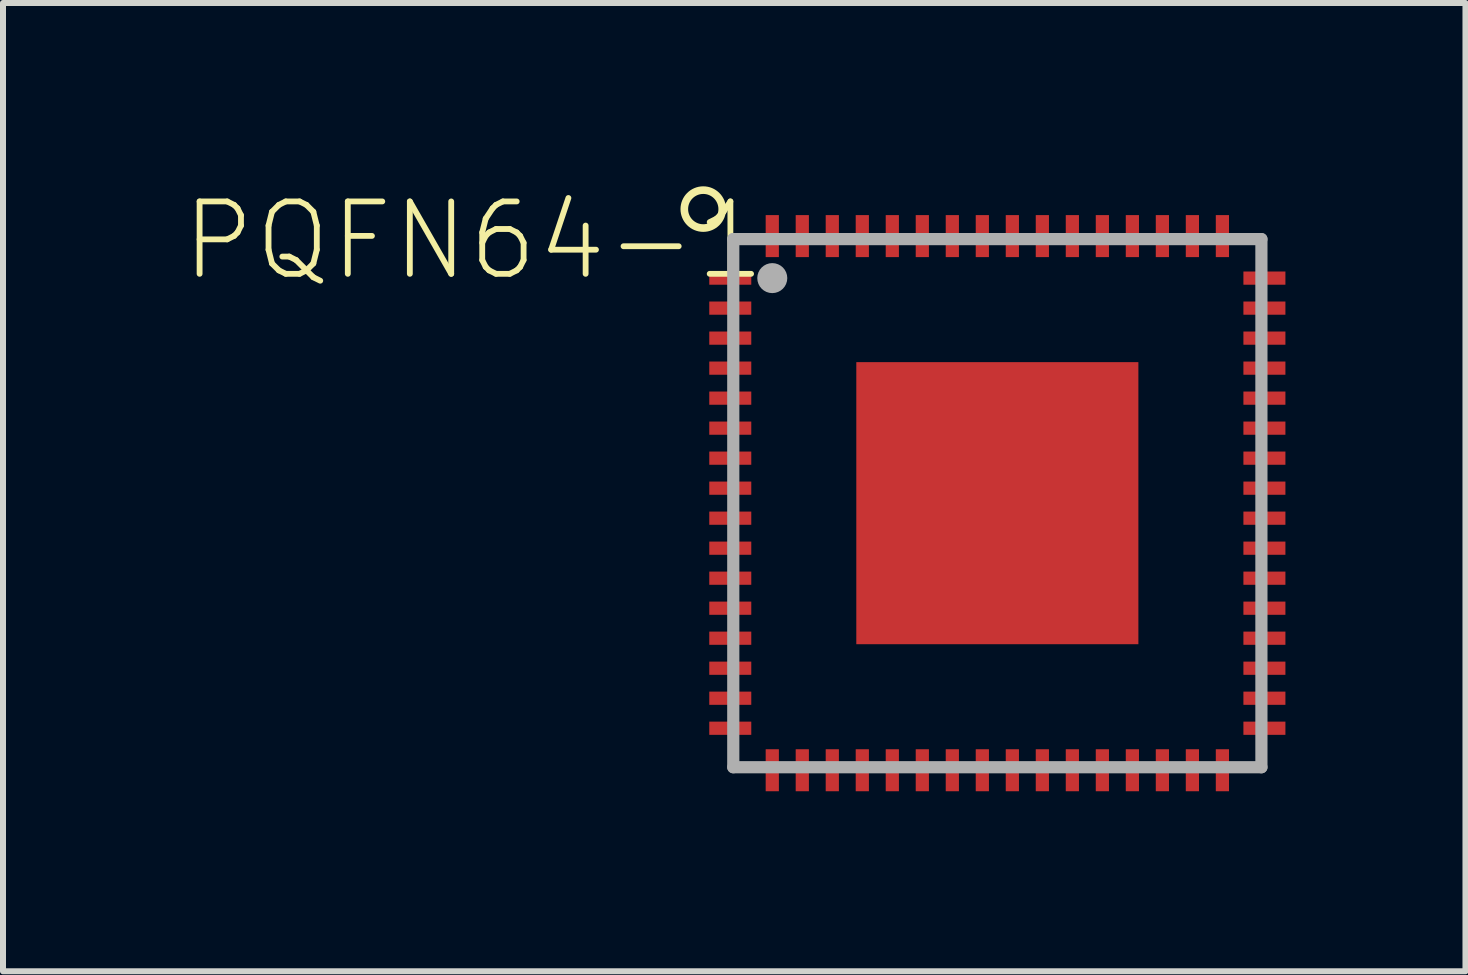
<source format=kicad_pcb>
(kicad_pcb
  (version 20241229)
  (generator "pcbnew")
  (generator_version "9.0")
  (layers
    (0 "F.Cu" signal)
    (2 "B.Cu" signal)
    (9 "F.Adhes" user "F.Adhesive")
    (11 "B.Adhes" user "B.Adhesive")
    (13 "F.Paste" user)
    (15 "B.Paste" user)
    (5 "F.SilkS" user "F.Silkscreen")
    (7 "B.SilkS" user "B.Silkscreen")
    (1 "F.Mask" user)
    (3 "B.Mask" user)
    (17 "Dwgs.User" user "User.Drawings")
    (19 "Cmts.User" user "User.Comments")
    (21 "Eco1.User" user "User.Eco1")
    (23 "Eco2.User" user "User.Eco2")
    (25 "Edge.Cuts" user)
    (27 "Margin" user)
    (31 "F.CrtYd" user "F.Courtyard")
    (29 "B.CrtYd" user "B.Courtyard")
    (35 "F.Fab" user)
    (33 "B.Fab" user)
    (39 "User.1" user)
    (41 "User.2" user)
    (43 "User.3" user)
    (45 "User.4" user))
  (footprint "PQFN64-1"
    (layer "F.Cu")
    (at 13.568 5.334)
    (property "Reference" "PQFN64-1" (at -3.81 -5.08 180) (layer "F.SilkS") (effects (font (size 1.206 1.206) (thickness 0.097)) (justify right top)))
    (attr through_hole)
    (fp_circle (center -4.9 -4.9) (end -4.584 -4.9) (stroke (width 0.127) (type solid)) (fill no) (layer "F.SilkS"))
    (fp_poly (pts (xy -1.905 -0.381) (xy -0.381 -0.381) (xy -0.381 -1.905) (xy -1.905 -1.905)) (stroke (width 0) (type solid)) (fill yes) (layer "F.Paste"))
    (fp_poly (pts (xy -1.905 1.905) (xy -0.381 1.905) (xy -0.381 0.381) (xy -1.905 0.381)) (stroke (width 0) (type solid)) (fill yes) (layer "F.Paste"))
    (fp_poly (pts (xy 0.381 -0.381) (xy 1.905 -0.381) (xy 1.905 -1.905) (xy 0.381 -1.905)) (stroke (width 0) (type solid)) (fill yes) (layer "F.Paste"))
    (fp_poly (pts (xy 0.381 1.905) (xy 1.905 1.905) (xy 1.905 0.381) (xy 0.381 0.381)) (stroke (width 0) (type solid)) (fill yes) (layer "F.Paste"))
    (fp_line (start -4.4 -4.4) (end -4.4 4.4) (stroke (width 0.203) (type solid)) (layer "F.Fab"))
    (fp_line (start -4.4 4.4) (end 4.4 4.4) (stroke (width 0.203) (type solid)) (layer "F.Fab"))
    (fp_line (start 4.4 -4.4) (end -4.4 -4.4) (stroke (width 0.203) (type solid)) (layer "F.Fab"))
    (fp_line (start 4.4 4.4) (end 4.4 -4.4) (stroke (width 0.203) (type solid)) (layer "F.Fab"))
    (fp_circle (center -3.75 -3.75) (end -3.625 -3.75) (stroke (width 0.25) (type solid)) (fill no) (layer "F.Fab"))
    (pad "1" smd rect (at -4.45 -3.75) (size 0.7 0.22) (layers "F.Cu" "F.Mask" "F.Paste"))
    (pad "2" smd rect (at -4.45 -3.25) (size 0.7 0.22) (layers "F.Cu" "F.Mask" "F.Paste"))
    (pad "3" smd rect (at -4.45 -2.75) (size 0.7 0.22) (layers "F.Cu" "F.Mask" "F.Paste"))
    (pad "4" smd rect (at -4.45 -2.25) (size 0.7 0.22) (layers "F.Cu" "F.Mask" "F.Paste"))
    (pad "5" smd rect (at -4.45 -1.75) (size 0.7 0.22) (layers "F.Cu" "F.Mask" "F.Paste"))
    (pad "6" smd rect (at -4.45 -1.25) (size 0.7 0.22) (layers "F.Cu" "F.Mask" "F.Paste"))
    (pad "7" smd rect (at -4.45 -0.75) (size 0.7 0.22) (layers "F.Cu" "F.Mask" "F.Paste"))
    (pad "8" smd rect (at -4.45 -0.25) (size 0.7 0.22) (layers "F.Cu" "F.Mask" "F.Paste"))
    (pad "9" smd rect (at -4.45 0.25) (size 0.7 0.22) (layers "F.Cu" "F.Mask" "F.Paste"))
    (pad "10" smd rect (at -4.45 0.75) (size 0.7 0.22) (layers "F.Cu" "F.Mask" "F.Paste"))
    (pad "11" smd rect (at -4.45 1.25) (size 0.7 0.22) (layers "F.Cu" "F.Mask" "F.Paste"))
    (pad "12" smd rect (at -4.45 1.75) (size 0.7 0.22) (layers "F.Cu" "F.Mask" "F.Paste"))
    (pad "13" smd rect (at -4.45 2.25) (size 0.7 0.22) (layers "F.Cu" "F.Mask" "F.Paste"))
    (pad "14" smd rect (at -4.45 2.75) (size 0.7 0.22) (layers "F.Cu" "F.Mask" "F.Paste"))
    (pad "15" smd rect (at -4.45 3.25) (size 0.7 0.22) (layers "F.Cu" "F.Mask" "F.Paste"))
    (pad "16" smd rect (at -4.45 3.75) (size 0.7 0.22) (layers "F.Cu" "F.Mask" "F.Paste"))
    (pad "17" smd rect (at -3.75 4.45 90) (size 0.7 0.22) (layers "F.Cu" "F.Mask" "F.Paste"))
    (pad "18" smd rect (at -3.25 4.45 90) (size 0.7 0.22) (layers "F.Cu" "F.Mask" "F.Paste"))
    (pad "19" smd rect (at -2.75 4.45 90) (size 0.7 0.22) (layers "F.Cu" "F.Mask" "F.Paste"))
    (pad "20" smd rect (at -2.25 4.45 90) (size 0.7 0.22) (layers "F.Cu" "F.Mask" "F.Paste"))
    (pad "21" smd rect (at -1.75 4.45 90) (size 0.7 0.22) (layers "F.Cu" "F.Mask" "F.Paste"))
    (pad "22" smd rect (at -1.25 4.45 90) (size 0.7 0.22) (layers "F.Cu" "F.Mask" "F.Paste"))
    (pad "23" smd rect (at -0.75 4.45 90) (size 0.7 0.22) (layers "F.Cu" "F.Mask" "F.Paste"))
    (pad "24" smd rect (at -0.25 4.45 90) (size 0.7 0.22) (layers "F.Cu" "F.Mask" "F.Paste"))
    (pad "25" smd rect (at 0.25 4.45 90) (size 0.7 0.22) (layers "F.Cu" "F.Mask" "F.Paste"))
    (pad "26" smd rect (at 0.75 4.45 90) (size 0.7 0.22) (layers "F.Cu" "F.Mask" "F.Paste"))
    (pad "27" smd rect (at 1.25 4.45 90) (size 0.7 0.22) (layers "F.Cu" "F.Mask" "F.Paste"))
    (pad "28" smd rect (at 1.75 4.45 90) (size 0.7 0.22) (layers "F.Cu" "F.Mask" "F.Paste"))
    (pad "29" smd rect (at 2.25 4.45 90) (size 0.7 0.22) (layers "F.Cu" "F.Mask" "F.Paste"))
    (pad "30" smd rect (at 2.75 4.45 90) (size 0.7 0.22) (layers "F.Cu" "F.Mask" "F.Paste"))
    (pad "31" smd rect (at 3.25 4.45 90) (size 0.7 0.22) (layers "F.Cu" "F.Mask" "F.Paste"))
    (pad "32" smd rect (at 3.75 4.45 90) (size 0.7 0.22) (layers "F.Cu" "F.Mask" "F.Paste"))
    (pad "33" smd rect (at 4.45 3.75 180) (size 0.7 0.22) (layers "F.Cu" "F.Mask" "F.Paste"))
    (pad "34" smd rect (at 4.45 3.25 180) (size 0.7 0.22) (layers "F.Cu" "F.Mask" "F.Paste"))
    (pad "35" smd rect (at 4.45 2.75 180) (size 0.7 0.22) (layers "F.Cu" "F.Mask" "F.Paste"))
    (pad "36" smd rect (at 4.45 2.25 180) (size 0.7 0.22) (layers "F.Cu" "F.Mask" "F.Paste"))
    (pad "37" smd rect (at 4.45 1.75 180) (size 0.7 0.22) (layers "F.Cu" "F.Mask" "F.Paste"))
    (pad "38" smd rect (at 4.45 1.25 180) (size 0.7 0.22) (layers "F.Cu" "F.Mask" "F.Paste"))
    (pad "39" smd rect (at 4.45 0.75 180) (size 0.7 0.22) (layers "F.Cu" "F.Mask" "F.Paste"))
    (pad "40" smd rect (at 4.45 0.25 180) (size 0.7 0.22) (layers "F.Cu" "F.Mask" "F.Paste"))
    (pad "41" smd rect (at 4.45 -0.25 180) (size 0.7 0.22) (layers "F.Cu" "F.Mask" "F.Paste"))
    (pad "42" smd rect (at 4.45 -0.75 180) (size 0.7 0.22) (layers "F.Cu" "F.Mask" "F.Paste"))
    (pad "43" smd rect (at 4.45 -1.25 180) (size 0.7 0.22) (layers "F.Cu" "F.Mask" "F.Paste"))
    (pad "44" smd rect (at 4.45 -1.75 180) (size 0.7 0.22) (layers "F.Cu" "F.Mask" "F.Paste"))
    (pad "45" smd rect (at 4.45 -2.25 180) (size 0.7 0.22) (layers "F.Cu" "F.Mask" "F.Paste"))
    (pad "46" smd rect (at 4.45 -2.75 180) (size 0.7 0.22) (layers "F.Cu" "F.Mask" "F.Paste"))
    (pad "47" smd rect (at 4.45 -3.25 180) (size 0.7 0.22) (layers "F.Cu" "F.Mask" "F.Paste"))
    (pad "48" smd rect (at 4.45 -3.75 180) (size 0.7 0.22) (layers "F.Cu" "F.Mask" "F.Paste"))
    (pad "49" smd rect (at 3.75 -4.45 270) (size 0.7 0.22) (layers "F.Cu" "F.Mask" "F.Paste"))
    (pad "50" smd rect (at 3.25 -4.45 270) (size 0.7 0.22) (layers "F.Cu" "F.Mask" "F.Paste"))
    (pad "51" smd rect (at 2.75 -4.45 270) (size 0.7 0.22) (layers "F.Cu" "F.Mask" "F.Paste"))
    (pad "52" smd rect (at 2.25 -4.45 270) (size 0.7 0.22) (layers "F.Cu" "F.Mask" "F.Paste"))
    (pad "53" smd rect (at 1.75 -4.45 270) (size 0.7 0.22) (layers "F.Cu" "F.Mask" "F.Paste"))
    (pad "54" smd rect (at 1.25 -4.45 270) (size 0.7 0.22) (layers "F.Cu" "F.Mask" "F.Paste"))
    (pad "55" smd rect (at 0.75 -4.45 270) (size 0.7 0.22) (layers "F.Cu" "F.Mask" "F.Paste"))
    (pad "56" smd rect (at 0.25 -4.45 270) (size 0.7 0.22) (layers "F.Cu" "F.Mask" "F.Paste"))
    (pad "57" smd rect (at -0.25 -4.45 270) (size 0.7 0.22) (layers "F.Cu" "F.Mask" "F.Paste"))
    (pad "58" smd rect (at -0.75 -4.45 270) (size 0.7 0.22) (layers "F.Cu" "F.Mask" "F.Paste"))
    (pad "59" smd rect (at -1.25 -4.45 270) (size 0.7 0.22) (layers "F.Cu" "F.Mask" "F.Paste"))
    (pad "60" smd rect (at -1.75 -4.45 270) (size 0.7 0.22) (layers "F.Cu" "F.Mask" "F.Paste"))
    (pad "61" smd rect (at -2.25 -4.45 270) (size 0.7 0.22) (layers "F.Cu" "F.Mask" "F.Paste"))
    (pad "62" smd rect (at -2.75 -4.45 270) (size 0.7 0.22) (layers "F.Cu" "F.Mask" "F.Paste"))
    (pad "63" smd rect (at -3.25 -4.45 270) (size 0.7 0.22) (layers "F.Cu" "F.Mask" "F.Paste"))
    (pad "64" smd rect (at -3.75 -4.45 270) (size 0.7 0.22) (layers "F.Cu" "F.Mask" "F.Paste"))
    (pad "EXP" smd rect (at 0 0) (size 4.7 4.7) (layers "F.Cu" "F.Mask")))
  (gr_rect
    (start -3 -3)
    (end 21.368 13.134)
    (stroke (width 0.1) (type default))
    (fill no)
    (layer "Edge.Cuts")))
</source>
